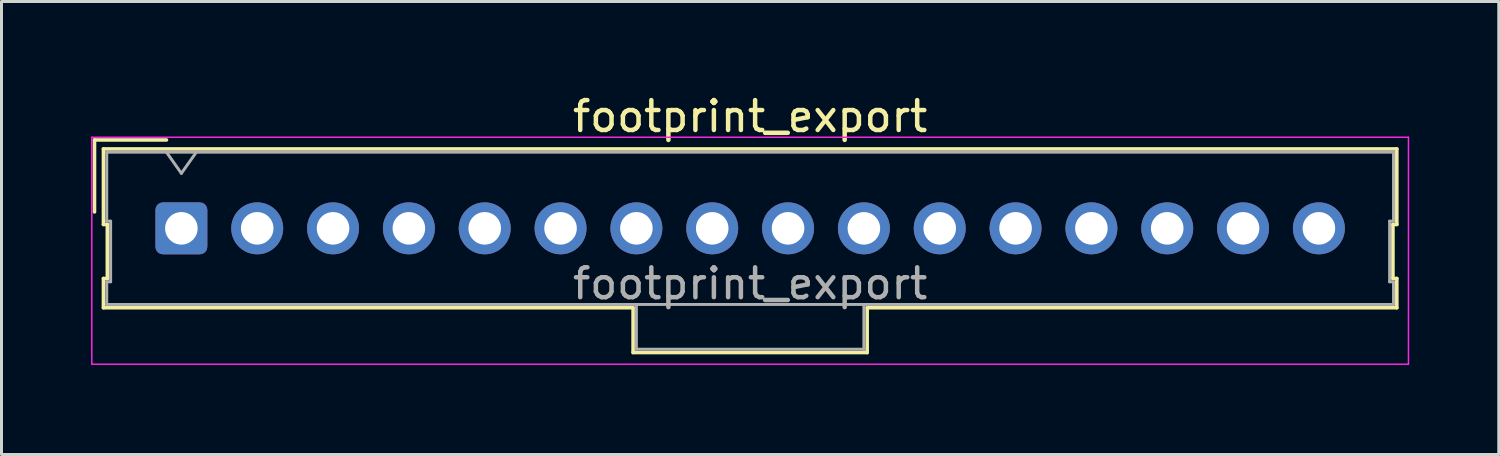
<source format=kicad_pcb>
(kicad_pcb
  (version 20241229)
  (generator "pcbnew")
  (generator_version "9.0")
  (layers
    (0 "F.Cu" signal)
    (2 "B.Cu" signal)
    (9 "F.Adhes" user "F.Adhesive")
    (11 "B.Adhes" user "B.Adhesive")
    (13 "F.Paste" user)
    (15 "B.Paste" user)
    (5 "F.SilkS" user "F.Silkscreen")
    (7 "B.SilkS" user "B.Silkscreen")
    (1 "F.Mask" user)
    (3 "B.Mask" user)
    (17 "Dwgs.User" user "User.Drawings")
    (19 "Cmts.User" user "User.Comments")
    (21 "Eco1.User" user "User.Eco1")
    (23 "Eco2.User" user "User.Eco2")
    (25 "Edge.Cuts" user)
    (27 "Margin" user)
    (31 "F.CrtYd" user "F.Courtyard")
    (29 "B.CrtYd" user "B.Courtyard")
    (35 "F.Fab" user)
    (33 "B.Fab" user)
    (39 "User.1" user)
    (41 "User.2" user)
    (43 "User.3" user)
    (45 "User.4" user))
  (footprint "footprint_export"
    (layer "F.Cu")
    (at 3.025 4.598)
    (property "Reference" "footprint_export" (at 19.05 -3.75 0) (layer "F.SilkS") (effects (font (size 1 1) (thickness 0.15))))
    (attr through_hole)
    (fp_line (start -2.91 -2.96) (end -0.5 -2.96) (stroke (width 0.12) (type solid)) (layer "F.SilkS"))
    (fp_line (start -2.91 -0.55) (end -2.91 -2.96) (stroke (width 0.12) (type solid)) (layer "F.SilkS"))
    (fp_line (start -2.61 -2.66) (end -2.61 -0.13) (stroke (width 0.12) (type solid)) (layer "F.SilkS"))
    (fp_line (start -2.61 -0.13) (end -2.48 -0.13) (stroke (width 0.12) (type solid)) (layer "F.SilkS"))
    (fp_line (start -2.61 1.68) (end -2.61 2.66) (stroke (width 0.12) (type solid)) (layer "F.SilkS"))
    (fp_line (start -2.61 2.66) (end 15.13 2.66) (stroke (width 0.12) (type solid)) (layer "F.SilkS"))
    (fp_line (start -2.48 -0.13) (end -2.48 1.68) (stroke (width 0.12) (type solid)) (layer "F.SilkS"))
    (fp_line (start -2.48 1.68) (end -2.61 1.68) (stroke (width 0.12) (type solid)) (layer "F.SilkS"))
    (fp_line (start 15.13 2.66) (end 15.13 4.16) (stroke (width 0.12) (type solid)) (layer "F.SilkS"))
    (fp_line (start 15.13 4.16) (end 22.97 4.16) (stroke (width 0.12) (type solid)) (layer "F.SilkS"))
    (fp_line (start 22.97 2.66) (end 40.71 2.66) (stroke (width 0.12) (type solid)) (layer "F.SilkS"))
    (fp_line (start 22.97 4.16) (end 22.97 2.66) (stroke (width 0.12) (type solid)) (layer "F.SilkS"))
    (fp_line (start 40.58 -0.13) (end 40.71 -0.13) (stroke (width 0.12) (type solid)) (layer "F.SilkS"))
    (fp_line (start 40.58 1.68) (end 40.58 -0.13) (stroke (width 0.12) (type solid)) (layer "F.SilkS"))
    (fp_line (start 40.71 -2.66) (end -2.61 -2.66) (stroke (width 0.12) (type solid)) (layer "F.SilkS"))
    (fp_line (start 40.71 -0.13) (end 40.71 -2.66) (stroke (width 0.12) (type solid)) (layer "F.SilkS"))
    (fp_line (start 40.71 1.68) (end 40.58 1.68) (stroke (width 0.12) (type solid)) (layer "F.SilkS"))
    (fp_line (start 40.71 2.66) (end 40.71 1.68) (stroke (width 0.12) (type solid)) (layer "F.SilkS"))
    (fp_line (start -3 -3.05) (end -3 4.55) (stroke (width 0.05) (type solid)) (layer "F.CrtYd"))
    (fp_line (start -3 4.55) (end 41.1 4.55) (stroke (width 0.05) (type solid)) (layer "F.CrtYd"))
    (fp_line (start 41.1 -3.05) (end -3 -3.05) (stroke (width 0.05) (type solid)) (layer "F.CrtYd"))
    (fp_line (start 41.1 4.55) (end 41.1 -3.05) (stroke (width 0.05) (type solid)) (layer "F.CrtYd"))
    (fp_line (start -2.5 -2.55) (end -2.5 -0.24) (stroke (width 0.1) (type solid)) (layer "F.Fab"))
    (fp_line (start -2.5 -0.24) (end -2.37 -0.24) (stroke (width 0.1) (type solid)) (layer "F.Fab"))
    (fp_line (start -2.5 1.79) (end -2.5 2.55) (stroke (width 0.1) (type solid)) (layer "F.Fab"))
    (fp_line (start -2.5 2.55) (end 40.6 2.55) (stroke (width 0.1) (type solid)) (layer "F.Fab"))
    (fp_line (start -2.37 -0.24) (end -2.37 1.79) (stroke (width 0.1) (type solid)) (layer "F.Fab"))
    (fp_line (start -2.37 1.79) (end -2.5 1.79) (stroke (width 0.1) (type solid)) (layer "F.Fab"))
    (fp_line (start 0 -1.843) (end -0.5 -2.55) (stroke (width 0.1) (type solid)) (layer "F.Fab"))
    (fp_line (start 0.5 -2.55) (end 0 -1.843) (stroke (width 0.1) (type solid)) (layer "F.Fab"))
    (fp_line (start 15.24 2.55) (end 15.24 4.05) (stroke (width 0.1) (type solid)) (layer "F.Fab"))
    (fp_line (start 15.24 4.05) (end 22.86 4.05) (stroke (width 0.1) (type solid)) (layer "F.Fab"))
    (fp_line (start 22.86 4.05) (end 22.86 2.55) (stroke (width 0.1) (type solid)) (layer "F.Fab"))
    (fp_line (start 40.47 -0.24) (end 40.6 -0.24) (stroke (width 0.1) (type solid)) (layer "F.Fab"))
    (fp_line (start 40.47 1.79) (end 40.47 -0.24) (stroke (width 0.1) (type solid)) (layer "F.Fab"))
    (fp_line (start 40.6 -2.55) (end -2.5 -2.55) (stroke (width 0.1) (type solid)) (layer "F.Fab"))
    (fp_line (start 40.6 -0.24) (end 40.6 -2.55) (stroke (width 0.1) (type solid)) (layer "F.Fab"))
    (fp_line (start 40.6 1.79) (end 40.47 1.79) (stroke (width 0.1) (type solid)) (layer "F.Fab"))
    (fp_line (start 40.6 2.55) (end 40.6 1.79) (stroke (width 0.1) (type solid)) (layer "F.Fab"))
    (fp_text user "${REFERENCE}" (at 19.05 1.85 0) (layer "F.Fab") (effects (font (size 1 1) (thickness 0.15))))
    (pad "1" thru_hole roundrect (at 0 0) (size 1.74 1.74) (drill 1.09) (layers "*.Cu" "*.Mask") (roundrect_rratio 0.144))
    (pad "2" thru_hole circle (at 2.54 0) (size 1.74 1.74) (drill 1.09) (layers "*.Cu" "*.Mask"))
    (pad "3" thru_hole circle (at 5.08 0) (size 1.74 1.74) (drill 1.09) (layers "*.Cu" "*.Mask"))
    (pad "4" thru_hole circle (at 7.62 0) (size 1.74 1.74) (drill 1.09) (layers "*.Cu" "*.Mask"))
    (pad "5" thru_hole circle (at 10.16 0) (size 1.74 1.74) (drill 1.09) (layers "*.Cu" "*.Mask"))
    (pad "6" thru_hole circle (at 12.7 0) (size 1.74 1.74) (drill 1.09) (layers "*.Cu" "*.Mask"))
    (pad "7" thru_hole circle (at 15.24 0) (size 1.74 1.74) (drill 1.09) (layers "*.Cu" "*.Mask"))
    (pad "8" thru_hole circle (at 17.78 0) (size 1.74 1.74) (drill 1.09) (layers "*.Cu" "*.Mask"))
    (pad "9" thru_hole circle (at 20.32 0) (size 1.74 1.74) (drill 1.09) (layers "*.Cu" "*.Mask"))
    (pad "10" thru_hole circle (at 22.86 0) (size 1.74 1.74) (drill 1.09) (layers "*.Cu" "*.Mask"))
    (pad "11" thru_hole circle (at 25.4 0) (size 1.74 1.74) (drill 1.09) (layers "*.Cu" "*.Mask"))
    (pad "12" thru_hole circle (at 27.94 0) (size 1.74 1.74) (drill 1.09) (layers "*.Cu" "*.Mask"))
    (pad "13" thru_hole circle (at 30.48 0) (size 1.74 1.74) (drill 1.09) (layers "*.Cu" "*.Mask"))
    (pad "14" thru_hole circle (at 33.02 0) (size 1.74 1.74) (drill 1.09) (layers "*.Cu" "*.Mask"))
    (pad "15" thru_hole circle (at 35.56 0) (size 1.74 1.74) (drill 1.09) (layers "*.Cu" "*.Mask"))
    (pad "16" thru_hole circle (at 38.1 0) (size 1.74 1.74) (drill 1.09) (layers "*.Cu" "*.Mask")))
  (gr_rect
    (start -3 -3)
    (end 47.15 12.173)
    (stroke (width 0.1) (type default))
    (fill no)
    (layer "Edge.Cuts")))
</source>
